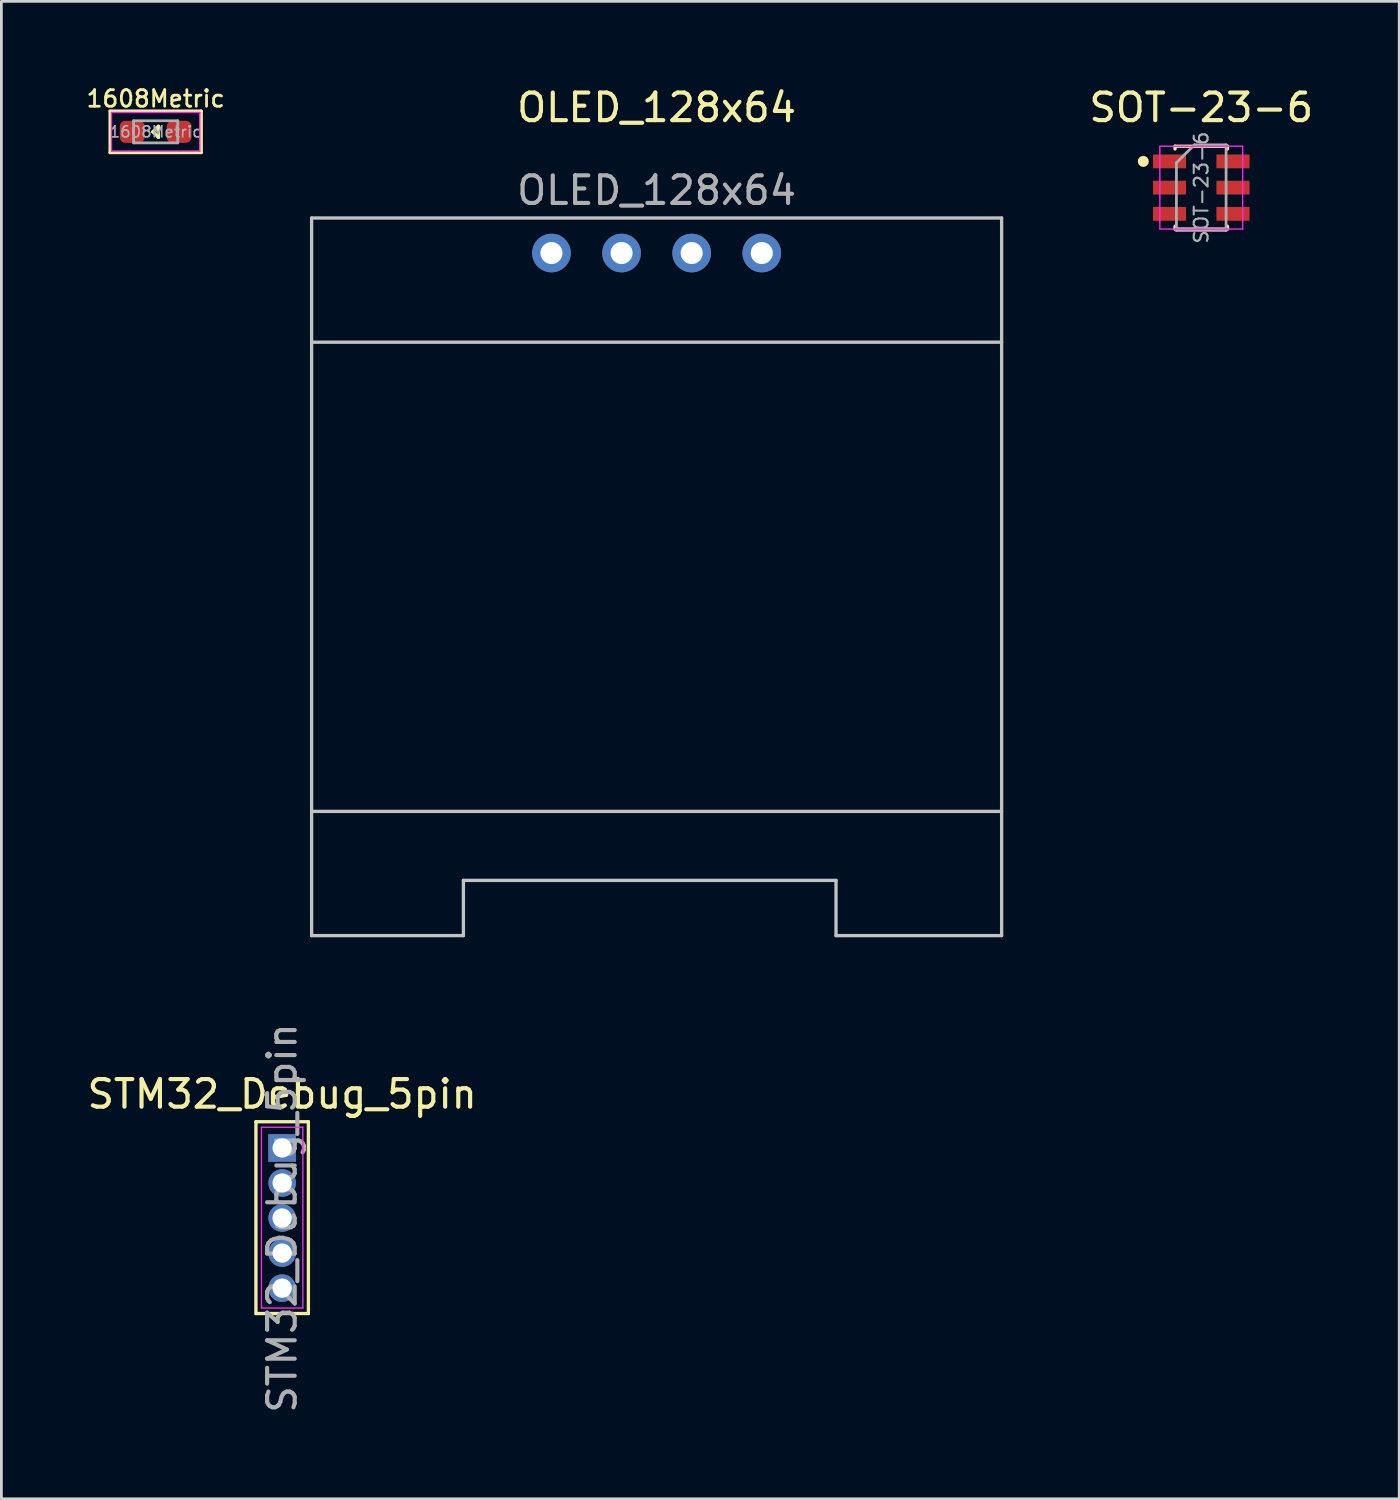
<source format=kicad_pcb>
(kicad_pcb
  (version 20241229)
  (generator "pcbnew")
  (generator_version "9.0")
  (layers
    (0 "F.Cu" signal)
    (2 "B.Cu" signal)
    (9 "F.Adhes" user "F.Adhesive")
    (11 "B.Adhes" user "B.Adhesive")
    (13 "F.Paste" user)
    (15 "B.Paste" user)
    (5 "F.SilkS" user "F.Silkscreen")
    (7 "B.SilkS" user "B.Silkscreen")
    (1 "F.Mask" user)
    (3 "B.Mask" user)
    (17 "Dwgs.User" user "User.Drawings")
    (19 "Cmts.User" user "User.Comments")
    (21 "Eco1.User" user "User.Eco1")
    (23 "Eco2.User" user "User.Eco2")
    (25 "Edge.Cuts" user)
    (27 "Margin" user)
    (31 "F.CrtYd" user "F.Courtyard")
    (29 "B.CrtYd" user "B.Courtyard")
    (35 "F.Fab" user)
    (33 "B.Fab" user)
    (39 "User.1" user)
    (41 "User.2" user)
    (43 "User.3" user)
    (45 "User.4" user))
  (footprint "STM32_Debug_5pin"
    (layer "F.Cu")
    (at 7.173 38.541)
    (property "Reference" "STM32_Debug_5pin" (at 0 -1.95 0) (layer "F.SilkS") (effects (font (size 1 1) (thickness 0.15))))
    (attr through_hole)
    (fp_line (start -0.95 -0.95) (end -0.95 6) (stroke (width 0.12) (type solid)) (layer "F.SilkS"))
    (fp_line (start -0.95 -0.95) (end 0.95 -0.95) (stroke (width 0.12) (type solid)) (layer "F.SilkS"))
    (fp_line (start -0.95 6) (end 0.95 6) (stroke (width 0.12) (type solid)) (layer "F.SilkS"))
    (fp_line (start 0.95 -0.95) (end 0.95 6) (stroke (width 0.12) (type solid)) (layer "F.SilkS"))
    (fp_line (start -0.75 -0.75) (end -0.75 5.8) (stroke (width 0.05) (type solid)) (layer "F.CrtYd"))
    (fp_line (start -0.75 5.8) (end 0.75 5.8) (stroke (width 0.05) (type solid)) (layer "F.CrtYd"))
    (fp_line (start 0.75 -0.75) (end -0.75 -0.75) (stroke (width 0.05) (type solid)) (layer "F.CrtYd"))
    (fp_line (start 0.75 5.8) (end 0.75 -0.75) (stroke (width 0.05) (type solid)) (layer "F.CrtYd"))
    (fp_text user "${REFERENCE}" (at 0 2.54 90) (layer "F.Fab") (effects (font (size 1 1) (thickness 0.15))))
    (pad "1" thru_hole rect (at 0 0) (size 1 1) (drill 0.7) (layers "*.Cu" "*.Mask"))
    (pad "2" thru_hole oval (at 0 1.27) (size 1 1) (drill 0.7) (layers "*.Cu" "*.Mask"))
    (pad "3" thru_hole oval (at 0 2.54) (size 1 1) (drill 0.7) (layers "*.Cu" "*.Mask"))
    (pad "4" thru_hole oval (at 0 3.81) (size 1 1) (drill 0.7) (layers "*.Cu" "*.Mask"))
    (pad "5" thru_hole oval (at 0 5.08) (size 1 1) (drill 0.7) (layers "*.Cu" "*.Mask")))
  (footprint "1608Metric"
    (layer "F.Cu")
    (at 2.59 1.726)
    (property "Reference" "1608Metric" (at 0 -1.2 0) (layer "F.SilkS") (effects (font (size 0.6 0.6) (thickness 0.1))))
    (attr smd)
    (fp_line (start -1.65 -0.75) (end -1.65 0.75) (stroke (width 0.12) (type solid)) (layer "F.SilkS"))
    (fp_line (start -1.65 -0.75) (end 1.65 -0.75) (stroke (width 0.12) (type solid)) (layer "F.SilkS"))
    (fp_line (start -1.65 0.75) (end 1.65 0.75) (stroke (width 0.12) (type solid)) (layer "F.SilkS"))
    (fp_line (start -0.1 0) (end 0.1 -0.2) (stroke (width 0.12) (type solid)) (layer "F.SilkS"))
    (fp_line (start 0.1 -0.2) (end 0.1 0.2) (stroke (width 0.12) (type solid)) (layer "F.SilkS"))
    (fp_line (start 0.1 0.2) (end -0.1 0) (stroke (width 0.12) (type solid)) (layer "F.SilkS"))
    (fp_line (start 1.65 -0.75) (end 1.65 0.75) (stroke (width 0.12) (type solid)) (layer "F.SilkS"))
    (fp_line (start -1.6 -0.7) (end 1.6 -0.7) (stroke (width 0.05) (type solid)) (layer "F.CrtYd"))
    (fp_line (start -1.6 0.7) (end -1.6 -0.7) (stroke (width 0.05) (type solid)) (layer "F.CrtYd"))
    (fp_line (start 1.6 -0.7) (end 1.6 0.7) (stroke (width 0.05) (type solid)) (layer "F.CrtYd"))
    (fp_line (start 1.6 0.7) (end -1.6 0.7) (stroke (width 0.05) (type solid)) (layer "F.CrtYd"))
    (fp_line (start -0.8 -0.4) (end 0.8 -0.4) (stroke (width 0.1) (type solid)) (layer "F.Fab"))
    (fp_line (start -0.8 0.4) (end -0.8 -0.4) (stroke (width 0.1) (type solid)) (layer "F.Fab"))
    (fp_line (start 0.8 -0.4) (end 0.8 0.4) (stroke (width 0.1) (type solid)) (layer "F.Fab"))
    (fp_line (start 0.8 0.4) (end -0.8 0.4) (stroke (width 0.1) (type solid)) (layer "F.Fab"))
    (fp_text user "${REFERENCE}" (at 0 0 0) (layer "F.Fab") (effects (font (size 0.4 0.4) (thickness 0.06))))
    (pad "1" smd roundrect (at -0.85 0) (size 0.9 0.8) (layers "F.Cu" "F.Mask" "F.Paste") (roundrect_rratio 0.25))
    (pad "2" smd roundrect (at 0.85 0) (size 0.9 0.8) (layers "F.Cu" "F.Mask" "F.Paste") (roundrect_rratio 0.25)))
  (footprint "OLED_128x64"
    (layer "F.Cu")
    (at 20.74 4.848)
    (property "Reference" "OLED_128x64" (at 0 -4 0) (unlocked yes) (layer "F.SilkS") (effects (font (size 1 1) (thickness 0.15))))
    (attr through_hole)
    (fp_line (start -12.5 0) (end -12.5 26) (stroke (width 0.12) (type solid)) (layer "Dwgs.User"))
    (fp_line (start -12.5 0) (end 12.5 0) (stroke (width 0.12) (type solid)) (layer "Dwgs.User"))
    (fp_line (start -12.5 4.5) (end 12.5 4.5) (stroke (width 0.12) (type solid)) (layer "Dwgs.User"))
    (fp_line (start -12.5 21.5) (end 12.5 21.5) (stroke (width 0.12) (type solid)) (layer "Dwgs.User"))
    (fp_line (start -12.5 26) (end -7 26) (stroke (width 0.12) (type solid)) (layer "Dwgs.User"))
    (fp_line (start -7 26) (end -7 24) (stroke (width 0.12) (type solid)) (layer "Dwgs.User"))
    (fp_line (start 6.5 24) (end -7 24) (stroke (width 0.12) (type solid)) (layer "Dwgs.User"))
    (fp_line (start 6.5 26) (end 6.5 24) (stroke (width 0.12) (type solid)) (layer "Dwgs.User"))
    (fp_line (start 12.5 0) (end 12.5 26) (stroke (width 0.12) (type solid)) (layer "Dwgs.User"))
    (fp_line (start 12.5 26) (end 6.5 26) (stroke (width 0.12) (type solid)) (layer "Dwgs.User"))
    (fp_text user "${REFERENCE}" (at 0 -1 0) (unlocked yes) (layer "F.Fab") (effects (font (size 1 1) (thickness 0.15))))
    (pad "1" thru_hole circle (at -3.81 1.27) (size 1.4 1.4) (drill 0.8) (layers "*.Cu" "*.Mask"))
    (pad "2" thru_hole circle (at -1.27 1.27) (size 1.4 1.4) (drill 0.8) (layers "*.Cu" "*.Mask"))
    (pad "3" thru_hole circle (at 1.27 1.27) (size 1.4 1.4) (drill 0.8) (layers "*.Cu" "*.Mask"))
    (pad "4" thru_hole circle (at 3.81 1.27) (size 1.4 1.4) (drill 0.8) (layers "*.Cu" "*.Mask")))
  (footprint "SOT-23-6"
    (layer "F.Cu")
    (at 40.473 3.748)
    (property "Reference" "SOT-23-6" (at 0 -2.9 0) (layer "F.SilkS") (effects (font (size 1 1) (thickness 0.15))))
    (attr smd)
    (fp_line (start -0.95 -1.5) (end -0.95 -1.4) (stroke (width 0.12) (type solid)) (layer "F.SilkS"))
    (fp_line (start -0.95 1.4) (end -0.95 1.5) (stroke (width 0.12) (type solid)) (layer "F.SilkS"))
    (fp_line (start -0.95 1.5) (end 0.95 1.5) (stroke (width 0.12) (type solid)) (layer "F.SilkS"))
    (fp_line (start 0.95 -1.5) (end -0.95 -1.5) (stroke (width 0.12) (type solid)) (layer "F.SilkS"))
    (fp_line (start 0.95 -1.4) (end 0.95 -1.5) (stroke (width 0.12) (type solid)) (layer "F.SilkS"))
    (fp_line (start 0.95 1.5) (end 0.95 1.4) (stroke (width 0.12) (type solid)) (layer "F.SilkS"))
    (fp_circle (center -2.1 -0.95) (end -2 -0.95) (stroke (width 0.2) (type solid)) (fill no) (layer "F.SilkS"))
    (fp_line (start -1.5 -1.5) (end -1.5 1.5) (stroke (width 0.05) (type solid)) (layer "F.CrtYd"))
    (fp_line (start -1.5 1.5) (end 1.5 1.5) (stroke (width 0.05) (type solid)) (layer "F.CrtYd"))
    (fp_line (start 1.5 -1.5) (end -1.5 -1.5) (stroke (width 0.05) (type solid)) (layer "F.CrtYd"))
    (fp_line (start 1.5 1.5) (end 1.5 -1.5) (stroke (width 0.05) (type solid)) (layer "F.CrtYd"))
    (fp_line (start -0.9 -0.9) (end -0.9 1.55) (stroke (width 0.1) (type solid)) (layer "F.Fab"))
    (fp_line (start -0.9 -0.9) (end -0.25 -1.55) (stroke (width 0.1) (type solid)) (layer "F.Fab"))
    (fp_line (start 0.9 -1.55) (end -0.25 -1.55) (stroke (width 0.1) (type solid)) (layer "F.Fab"))
    (fp_line (start 0.9 -1.55) (end 0.9 1.55) (stroke (width 0.1) (type solid)) (layer "F.Fab"))
    (fp_line (start 0.9 1.55) (end -0.9 1.55) (stroke (width 0.1) (type solid)) (layer "F.Fab"))
    (fp_text user "${REFERENCE}" (at 0 0 90) (layer "F.Fab") (effects (font (size 0.5 0.5) (thickness 0.075))))
    (pad "1" smd rect (at -1.15 -0.95) (size 1.2 0.5) (layers "F.Cu" "F.Mask" "F.Paste"))
    (pad "2" smd rect (at -1.15 0) (size 1.2 0.5) (layers "F.Cu" "F.Mask" "F.Paste"))
    (pad "3" smd rect (at -1.15 0.95) (size 1.2 0.5) (layers "F.Cu" "F.Mask" "F.Paste"))
    (pad "4" smd rect (at 1.15 0.95) (size 1.2 0.5) (layers "F.Cu" "F.Mask" "F.Paste"))
    (pad "5" smd rect (at 1.15 0) (size 1.2 0.5) (layers "F.Cu" "F.Mask" "F.Paste"))
    (pad "6" smd rect (at 1.15 -0.95) (size 1.2 0.5) (layers "F.Cu" "F.Mask" "F.Paste")))
  (gr_rect
    (start -3 -3)
    (end 47.645 51.253)
    (stroke (width 0.1) (type default))
    (fill no)
    (layer "Edge.Cuts")))
</source>
